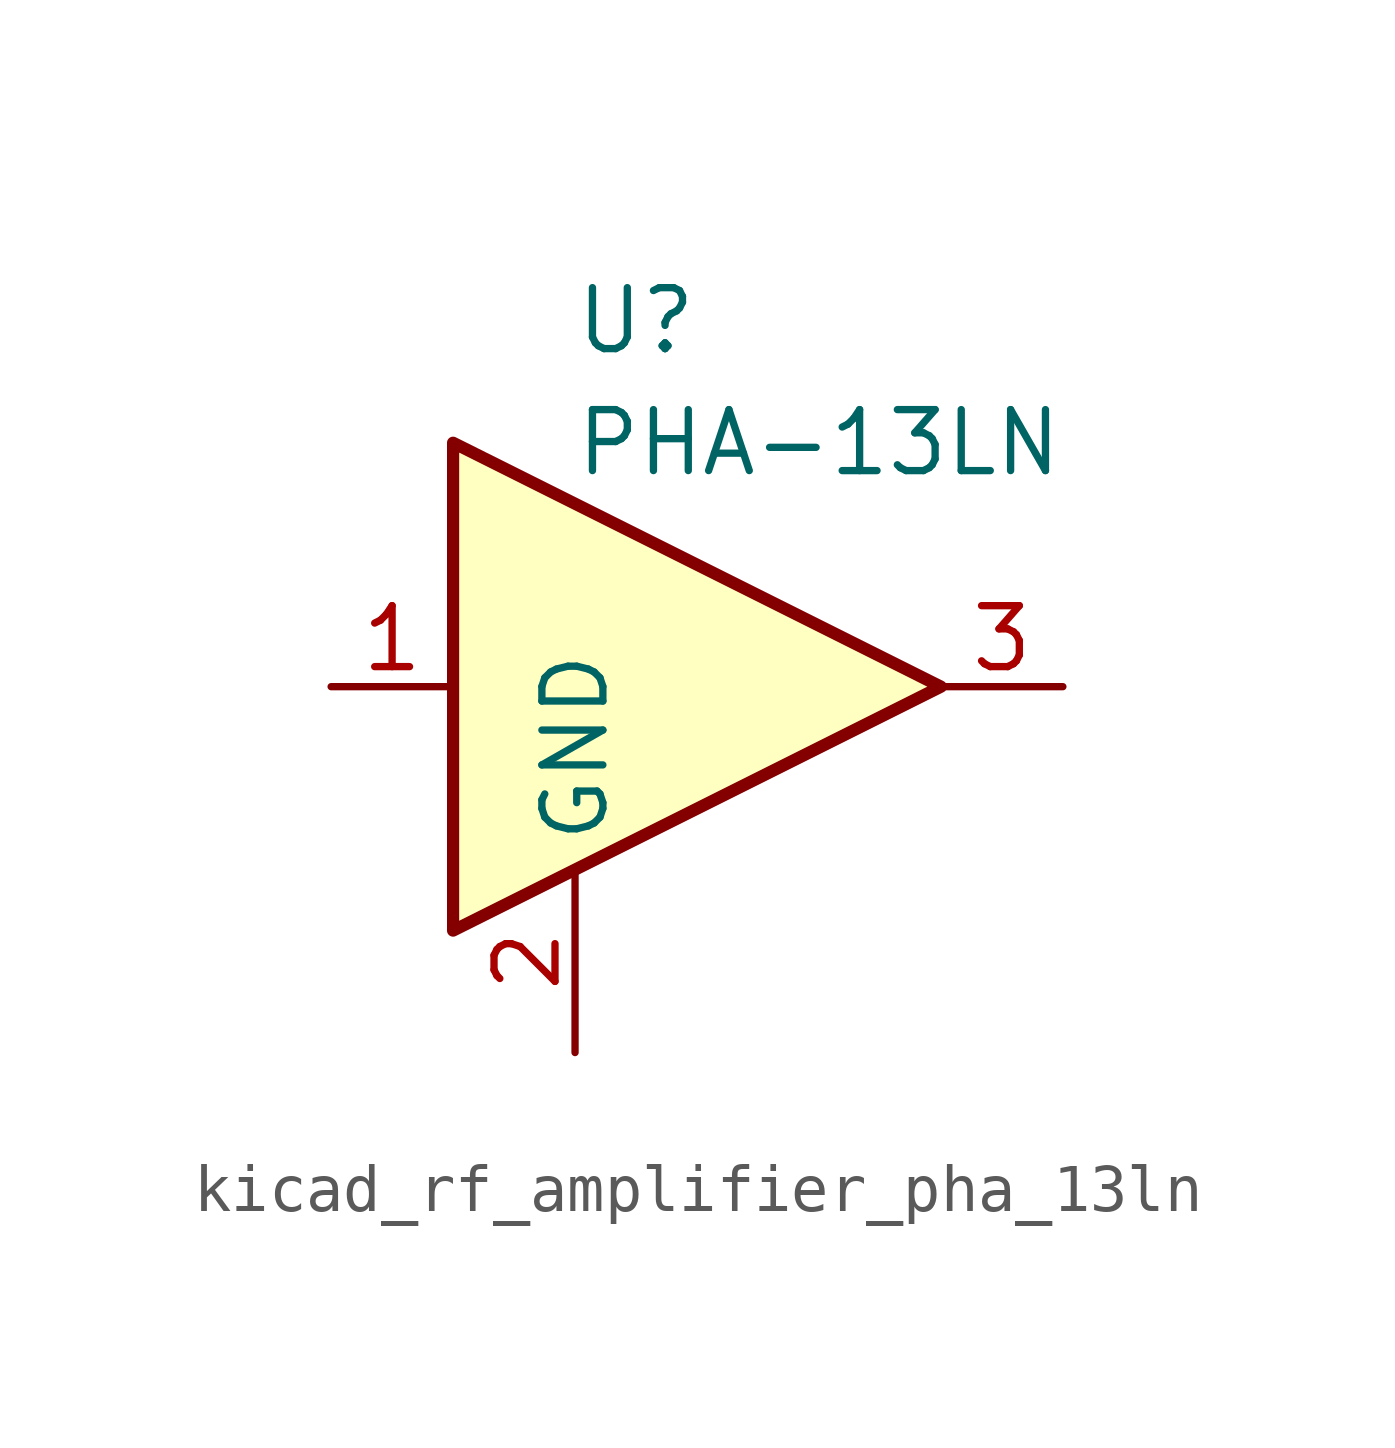
<source format=kicad_sym>
(kicad_symbol_lib
  (version 20220914)
  (generator kicad_symbol_editor)
  (symbol "kicad_rf_amplifier_pha_13ln"
    (property "Reference" "U"
      (at -1.27 7.62 0)
      (effects (font (size 1.27 1.27))))
    (property "Value" "PHA-13LN"
      (at 2.54 5.08 0)
      (effects (font (size 1.27 1.27))))
    (symbol "kicad_rf_amplifier_pha_13ln_0_1"
      (polyline (pts (xy 5.08 0) (xy -5.08 5.08) (xy -5.08 -5.08) (xy 5.08 0)) (stroke (width 0.254) (type default)) (fill (type background))))
    (symbol "kicad_rf_amplifier_pha_13ln_1_1"
      (pin input line (at -7.62 0 0) (length 2.54) (name "~" (effects (font (size 1.27 1.27)))) (number "1" (effects (font (size 1.27 1.27)))))
      (pin power_in line (at -2.54 -7.62 90) (length 3.81) (name "GND" (effects (font (size 1.27 1.27)))) (number "2" (effects (font (size 1.27 1.27)))))
      (pin output line (at 7.62 0 180) (length 2.54) (name "~" (effects (font (size 1.27 1.27)))) (number "3" (effects (font (size 1.27 1.27))))))))
</source>
